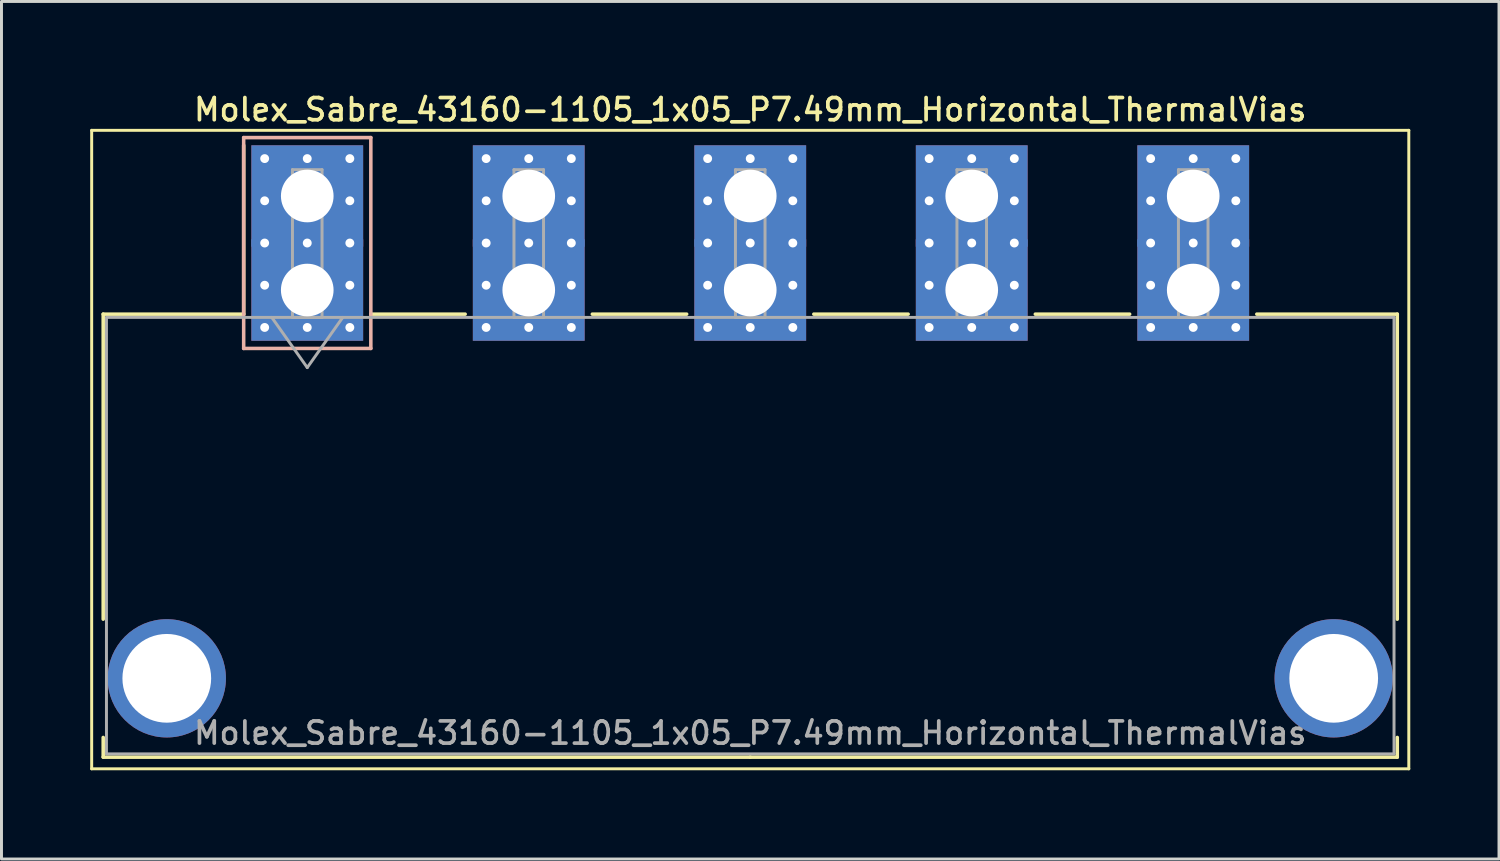
<source format=kicad_pcb>
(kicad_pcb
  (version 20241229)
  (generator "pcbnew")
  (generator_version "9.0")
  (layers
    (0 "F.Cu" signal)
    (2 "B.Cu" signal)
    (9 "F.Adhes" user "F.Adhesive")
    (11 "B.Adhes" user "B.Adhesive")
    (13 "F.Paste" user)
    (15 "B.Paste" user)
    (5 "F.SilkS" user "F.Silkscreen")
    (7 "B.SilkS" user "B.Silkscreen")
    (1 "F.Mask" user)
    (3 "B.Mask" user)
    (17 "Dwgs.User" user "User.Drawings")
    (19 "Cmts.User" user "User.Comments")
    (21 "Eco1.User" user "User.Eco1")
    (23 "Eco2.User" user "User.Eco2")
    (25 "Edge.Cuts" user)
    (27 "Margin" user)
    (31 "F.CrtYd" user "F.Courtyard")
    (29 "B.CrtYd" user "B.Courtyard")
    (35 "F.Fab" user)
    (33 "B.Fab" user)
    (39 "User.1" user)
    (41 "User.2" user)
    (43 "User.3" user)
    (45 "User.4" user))
  (footprint "Molex_Sabre_43160-1105_1x05_P7.49mm_Horizontal_ThermalVias"
    (layer "F.Cu")
    (at 7.34 6.758)
    (property "Reference" "Molex_Sabre_43160-1105_1x05_P7.49mm_Horizontal_ThermalVias" (at 14.98 -6.1 0) (layer "F.SilkS") (effects (font (size 0.75 0.75) (thickness 0.125))))
    (attr through_hole)
    (fp_line (start -7.29 -5.4) (end -7.29 16.19) (stroke (width 0.1) (type solid)) (layer "F.SilkS"))
    (fp_line (start -7.29 16.19) (end 37.25 16.19) (stroke (width 0.1) (type solid)) (layer "F.SilkS"))
    (fp_line (start -6.9 0.815) (end -6.9 11.13) (stroke (width 0.12) (type solid)) (layer "F.SilkS"))
    (fp_line (start -6.9 15.13) (end -6.9 15.795) (stroke (width 0.12) (type solid)) (layer "F.SilkS"))
    (fp_line (start -6.9 15.795) (end 14.98 15.795) (stroke (width 0.12) (type solid)) (layer "F.SilkS"))
    (fp_line (start -2.15 0.815) (end -6.9 0.815) (stroke (width 0.12) (type solid)) (layer "F.SilkS"))
    (fp_line (start -2.15 0.815) (end -2.15 -4.895) (stroke (width 0.12) (type solid)) (layer "F.SilkS"))
    (fp_line (start 2.15 0.815) (end 5.34 0.815) (stroke (width 0.12) (type solid)) (layer "F.SilkS"))
    (fp_line (start 9.64 0.815) (end 12.83 0.815) (stroke (width 0.12) (type solid)) (layer "F.SilkS"))
    (fp_line (start 17.13 0.815) (end 20.32 0.815) (stroke (width 0.12) (type solid)) (layer "F.SilkS"))
    (fp_line (start 24.62 0.815) (end 27.81 0.815) (stroke (width 0.12) (type solid)) (layer "F.SilkS"))
    (fp_line (start 32.11 0.815) (end 36.86 0.815) (stroke (width 0.12) (type solid)) (layer "F.SilkS"))
    (fp_line (start 36.86 0.815) (end 36.86 11.13) (stroke (width 0.12) (type solid)) (layer "F.SilkS"))
    (fp_line (start 36.86 15.13) (end 36.86 15.795) (stroke (width 0.12) (type solid)) (layer "F.SilkS"))
    (fp_line (start 36.86 15.795) (end 14.98 15.795) (stroke (width 0.12) (type solid)) (layer "F.SilkS"))
    (fp_line (start 37.25 -5.4) (end -7.29 -5.4) (stroke (width 0.1) (type solid)) (layer "F.SilkS"))
    (fp_line (start 37.25 16.19) (end 37.25 -5.4) (stroke (width 0.1) (type solid)) (layer "F.SilkS"))
    (fp_line (start -2.15 -5.155) (end -2.15 1.975) (stroke (width 0.12) (type solid)) (layer "B.SilkS"))
    (fp_line (start -2.15 1.975) (end 2.15 1.975) (stroke (width 0.12) (type solid)) (layer "B.SilkS"))
    (fp_line (start 2.15 -5.155) (end -2.15 -5.155) (stroke (width 0.12) (type solid)) (layer "B.SilkS"))
    (fp_line (start 2.15 1.975) (end 2.15 -5.155) (stroke (width 0.12) (type solid)) (layer "B.SilkS"))
    (fp_line (start -6.79 0.925) (end -6.79 15.685) (stroke (width 0.1) (type solid)) (layer "F.Fab"))
    (fp_line (start -6.79 15.685) (end 36.75 15.685) (stroke (width 0.1) (type solid)) (layer "F.Fab"))
    (fp_line (start -1.2 0.925) (end 0 2.622) (stroke (width 0.1) (type solid)) (layer "F.Fab"))
    (fp_line (start -0.5 -4.07) (end 0.5 -4.07) (stroke (width 0.1) (type solid)) (layer "F.Fab"))
    (fp_line (start -0.5 0.925) (end -0.5 -4.07) (stroke (width 0.1) (type solid)) (layer "F.Fab"))
    (fp_line (start 0 2.622) (end 1.2 0.925) (stroke (width 0.1) (type solid)) (layer "F.Fab"))
    (fp_line (start 0.5 -4.07) (end 0.5 0.925) (stroke (width 0.1) (type solid)) (layer "F.Fab"))
    (fp_line (start 0.5 0.925) (end -0.5 0.925) (stroke (width 0.1) (type solid)) (layer "F.Fab"))
    (fp_line (start 6.99 -4.07) (end 7.99 -4.07) (stroke (width 0.1) (type solid)) (layer "F.Fab"))
    (fp_line (start 6.99 0.925) (end 6.99 -4.07) (stroke (width 0.1) (type solid)) (layer "F.Fab"))
    (fp_line (start 7.99 -4.07) (end 7.99 0.925) (stroke (width 0.1) (type solid)) (layer "F.Fab"))
    (fp_line (start 7.99 0.925) (end 6.99 0.925) (stroke (width 0.1) (type solid)) (layer "F.Fab"))
    (fp_line (start 14.48 -4.07) (end 15.48 -4.07) (stroke (width 0.1) (type solid)) (layer "F.Fab"))
    (fp_line (start 14.48 0.925) (end 14.48 -4.07) (stroke (width 0.1) (type solid)) (layer "F.Fab"))
    (fp_line (start 15.48 -4.07) (end 15.48 0.925) (stroke (width 0.1) (type solid)) (layer "F.Fab"))
    (fp_line (start 15.48 0.925) (end 14.48 0.925) (stroke (width 0.1) (type solid)) (layer "F.Fab"))
    (fp_line (start 21.97 -4.07) (end 22.97 -4.07) (stroke (width 0.1) (type solid)) (layer "F.Fab"))
    (fp_line (start 21.97 0.925) (end 21.97 -4.07) (stroke (width 0.1) (type solid)) (layer "F.Fab"))
    (fp_line (start 22.97 -4.07) (end 22.97 0.925) (stroke (width 0.1) (type solid)) (layer "F.Fab"))
    (fp_line (start 22.97 0.925) (end 21.97 0.925) (stroke (width 0.1) (type solid)) (layer "F.Fab"))
    (fp_line (start 29.46 -4.07) (end 30.46 -4.07) (stroke (width 0.1) (type solid)) (layer "F.Fab"))
    (fp_line (start 29.46 0.925) (end 29.46 -4.07) (stroke (width 0.1) (type solid)) (layer "F.Fab"))
    (fp_line (start 30.46 -4.07) (end 30.46 0.925) (stroke (width 0.1) (type solid)) (layer "F.Fab"))
    (fp_line (start 30.46 0.925) (end 29.46 0.925) (stroke (width 0.1) (type solid)) (layer "F.Fab"))
    (fp_line (start 36.75 0.925) (end -6.79 0.925) (stroke (width 0.1) (type solid)) (layer "F.Fab"))
    (fp_line (start 36.75 15.685) (end 36.75 0.925) (stroke (width 0.1) (type solid)) (layer "F.Fab"))
    (fp_text user "${REFERENCE}" (at 14.98 14.98 0) (layer "F.Fab") (effects (font (size 0.75 0.75) (thickness 0.125))))
    (pad "" thru_hole circle (at -4.75 13.13) (size 4 4) (drill 3) (layers "*.Cu" "*.Mask"))
    (pad "" thru_hole circle (at 34.71 13.13) (size 4 4) (drill 3) (layers "*.Cu" "*.Mask"))
    (pad "1" thru_hole rect (at -1.44 -4.445) (size 0.6 0.6) (drill 0.3) (layers "*.Cu" "*.Mask"))
    (pad "1" thru_hole rect (at -1.44 -3.018) (size 0.6 0.6) (drill 0.3) (layers "*.Cu" "*.Mask"))
    (pad "1" thru_hole rect (at -1.44 -1.59) (size 0.6 0.6) (drill 0.3) (layers "*.Cu" "*.Mask"))
    (pad "1" thru_hole rect (at -1.44 -0.163) (size 0.6 0.6) (drill 0.3) (layers "*.Cu" "*.Mask"))
    (pad "1" thru_hole rect (at -1.44 1.265) (size 0.6 0.6) (drill 0.3) (layers "*.Cu" "*.Mask"))
    (pad "1" thru_hole rect (at 0 -4.445) (size 0.6 0.6) (drill 0.3) (layers "*.Cu" "*.Mask"))
    (pad "1" thru_hole rect (at 0 -3.18) (size 3.78 3.43) (drill 1.78) (layers "*.Cu" "*.Mask"))
    (pad "1" thru_hole rect (at 0 -1.59) (size 0.6 0.6) (drill 0.3) (layers "*.Cu" "*.Mask"))
    (pad "1" thru_hole rect (at 0 0) (size 3.78 3.43) (drill 1.78) (layers "*.Cu" "*.Mask"))
    (pad "1" thru_hole rect (at 0 1.265) (size 0.6 0.6) (drill 0.3) (layers "*.Cu" "*.Mask"))
    (pad "1" thru_hole rect (at 1.44 -4.445) (size 0.6 0.6) (drill 0.3) (layers "*.Cu" "*.Mask"))
    (pad "1" thru_hole rect (at 1.44 -3.018) (size 0.6 0.6) (drill 0.3) (layers "*.Cu" "*.Mask"))
    (pad "1" thru_hole rect (at 1.44 -1.59) (size 0.6 0.6) (drill 0.3) (layers "*.Cu" "*.Mask"))
    (pad "1" thru_hole rect (at 1.44 -0.163) (size 0.6 0.6) (drill 0.3) (layers "*.Cu" "*.Mask"))
    (pad "1" thru_hole rect (at 1.44 1.265) (size 0.6 0.6) (drill 0.3) (layers "*.Cu" "*.Mask"))
    (pad "2" thru_hole circle (at 6.05 -4.445) (size 0.6 0.6) (drill 0.3) (layers "*.Cu" "*.Mask"))
    (pad "2" thru_hole circle (at 6.05 -3.018) (size 0.6 0.6) (drill 0.3) (layers "*.Cu" "*.Mask"))
    (pad "2" thru_hole circle (at 6.05 -1.59) (size 0.6 0.6) (drill 0.3) (layers "*.Cu" "*.Mask"))
    (pad "2" thru_hole circle (at 6.05 -0.163) (size 0.6 0.6) (drill 0.3) (layers "*.Cu" "*.Mask"))
    (pad "2" thru_hole circle (at 6.05 1.265) (size 0.6 0.6) (drill 0.3) (layers "*.Cu" "*.Mask"))
    (pad "2" thru_hole circle (at 7.49 -4.445) (size 0.6 0.6) (drill 0.3) (layers "*.Cu" "*.Mask"))
    (pad "2" thru_hole rect (at 7.49 -3.18) (size 3.78 3.43) (drill 1.78) (layers "*.Cu" "*.Mask"))
    (pad "2" thru_hole circle (at 7.49 -1.59) (size 0.6 0.6) (drill 0.3) (layers "*.Cu" "*.Mask"))
    (pad "2" thru_hole rect (at 7.49 0) (size 3.78 3.43) (drill 1.78) (layers "*.Cu" "*.Mask"))
    (pad "2" thru_hole circle (at 7.49 1.265) (size 0.6 0.6) (drill 0.3) (layers "*.Cu" "*.Mask"))
    (pad "2" thru_hole circle (at 8.93 -4.445) (size 0.6 0.6) (drill 0.3) (layers "*.Cu" "*.Mask"))
    (pad "2" thru_hole circle (at 8.93 -3.018) (size 0.6 0.6) (drill 0.3) (layers "*.Cu" "*.Mask"))
    (pad "2" thru_hole circle (at 8.93 -1.59) (size 0.6 0.6) (drill 0.3) (layers "*.Cu" "*.Mask"))
    (pad "2" thru_hole circle (at 8.93 -0.163) (size 0.6 0.6) (drill 0.3) (layers "*.Cu" "*.Mask"))
    (pad "2" thru_hole circle (at 8.93 1.265) (size 0.6 0.6) (drill 0.3) (layers "*.Cu" "*.Mask"))
    (pad "3" thru_hole circle (at 13.54 -4.445) (size 0.6 0.6) (drill 0.3) (layers "*.Cu" "*.Mask"))
    (pad "3" thru_hole circle (at 13.54 -3.018) (size 0.6 0.6) (drill 0.3) (layers "*.Cu" "*.Mask"))
    (pad "3" thru_hole circle (at 13.54 -1.59) (size 0.6 0.6) (drill 0.3) (layers "*.Cu" "*.Mask"))
    (pad "3" thru_hole circle (at 13.54 -0.163) (size 0.6 0.6) (drill 0.3) (layers "*.Cu" "*.Mask"))
    (pad "3" thru_hole circle (at 13.54 1.265) (size 0.6 0.6) (drill 0.3) (layers "*.Cu" "*.Mask"))
    (pad "3" thru_hole circle (at 14.98 -4.445) (size 0.6 0.6) (drill 0.3) (layers "*.Cu" "*.Mask"))
    (pad "3" thru_hole rect (at 14.98 -3.18) (size 3.78 3.43) (drill 1.78) (layers "*.Cu" "*.Mask"))
    (pad "3" thru_hole circle (at 14.98 -1.59) (size 0.6 0.6) (drill 0.3) (layers "*.Cu" "*.Mask"))
    (pad "3" thru_hole rect (at 14.98 0) (size 3.78 3.43) (drill 1.78) (layers "*.Cu" "*.Mask"))
    (pad "3" thru_hole circle (at 14.98 1.265) (size 0.6 0.6) (drill 0.3) (layers "*.Cu" "*.Mask"))
    (pad "3" thru_hole circle (at 16.42 -4.445) (size 0.6 0.6) (drill 0.3) (layers "*.Cu" "*.Mask"))
    (pad "3" thru_hole circle (at 16.42 -3.018) (size 0.6 0.6) (drill 0.3) (layers "*.Cu" "*.Mask"))
    (pad "3" thru_hole circle (at 16.42 -1.59) (size 0.6 0.6) (drill 0.3) (layers "*.Cu" "*.Mask"))
    (pad "3" thru_hole circle (at 16.42 -0.163) (size 0.6 0.6) (drill 0.3) (layers "*.Cu" "*.Mask"))
    (pad "3" thru_hole circle (at 16.42 1.265) (size 0.6 0.6) (drill 0.3) (layers "*.Cu" "*.Mask"))
    (pad "4" thru_hole circle (at 21.03 -4.445) (size 0.6 0.6) (drill 0.3) (layers "*.Cu" "*.Mask"))
    (pad "4" thru_hole circle (at 21.03 -3.018) (size 0.6 0.6) (drill 0.3) (layers "*.Cu" "*.Mask"))
    (pad "4" thru_hole circle (at 21.03 -1.59) (size 0.6 0.6) (drill 0.3) (layers "*.Cu" "*.Mask"))
    (pad "4" thru_hole circle (at 21.03 -0.163) (size 0.6 0.6) (drill 0.3) (layers "*.Cu" "*.Mask"))
    (pad "4" thru_hole circle (at 21.03 1.265) (size 0.6 0.6) (drill 0.3) (layers "*.Cu" "*.Mask"))
    (pad "4" thru_hole circle (at 22.47 -4.445) (size 0.6 0.6) (drill 0.3) (layers "*.Cu" "*.Mask"))
    (pad "4" thru_hole rect (at 22.47 -3.18) (size 3.78 3.43) (drill 1.78) (layers "*.Cu" "*.Mask"))
    (pad "4" thru_hole circle (at 22.47 -1.59) (size 0.6 0.6) (drill 0.3) (layers "*.Cu" "*.Mask"))
    (pad "4" thru_hole rect (at 22.47 0) (size 3.78 3.43) (drill 1.78) (layers "*.Cu" "*.Mask"))
    (pad "4" thru_hole circle (at 22.47 1.265) (size 0.6 0.6) (drill 0.3) (layers "*.Cu" "*.Mask"))
    (pad "4" thru_hole circle (at 23.91 -4.445) (size 0.6 0.6) (drill 0.3) (layers "*.Cu" "*.Mask"))
    (pad "4" thru_hole circle (at 23.91 -3.018) (size 0.6 0.6) (drill 0.3) (layers "*.Cu" "*.Mask"))
    (pad "4" thru_hole circle (at 23.91 -1.59) (size 0.6 0.6) (drill 0.3) (layers "*.Cu" "*.Mask"))
    (pad "4" thru_hole circle (at 23.91 -0.163) (size 0.6 0.6) (drill 0.3) (layers "*.Cu" "*.Mask"))
    (pad "4" thru_hole circle (at 23.91 1.265) (size 0.6 0.6) (drill 0.3) (layers "*.Cu" "*.Mask"))
    (pad "5" thru_hole circle (at 28.52 -4.445) (size 0.6 0.6) (drill 0.3) (layers "*.Cu" "*.Mask"))
    (pad "5" thru_hole circle (at 28.52 -3.018) (size 0.6 0.6) (drill 0.3) (layers "*.Cu" "*.Mask"))
    (pad "5" thru_hole circle (at 28.52 -1.59) (size 0.6 0.6) (drill 0.3) (layers "*.Cu" "*.Mask"))
    (pad "5" thru_hole circle (at 28.52 -0.163) (size 0.6 0.6) (drill 0.3) (layers "*.Cu" "*.Mask"))
    (pad "5" thru_hole circle (at 28.52 1.265) (size 0.6 0.6) (drill 0.3) (layers "*.Cu" "*.Mask"))
    (pad "5" thru_hole circle (at 29.96 -4.445) (size 0.6 0.6) (drill 0.3) (layers "*.Cu" "*.Mask"))
    (pad "5" thru_hole rect (at 29.96 -3.18) (size 3.78 3.43) (drill 1.78) (layers "*.Cu" "*.Mask"))
    (pad "5" thru_hole circle (at 29.96 -1.59) (size 0.6 0.6) (drill 0.3) (layers "*.Cu" "*.Mask"))
    (pad "5" thru_hole rect (at 29.96 0) (size 3.78 3.43) (drill 1.78) (layers "*.Cu" "*.Mask"))
    (pad "5" thru_hole circle (at 29.96 1.265) (size 0.6 0.6) (drill 0.3) (layers "*.Cu" "*.Mask"))
    (pad "5" thru_hole circle (at 31.4 -4.445) (size 0.6 0.6) (drill 0.3) (layers "*.Cu" "*.Mask"))
    (pad "5" thru_hole circle (at 31.4 -3.018) (size 0.6 0.6) (drill 0.3) (layers "*.Cu" "*.Mask"))
    (pad "5" thru_hole circle (at 31.4 -1.59) (size 0.6 0.6) (drill 0.3) (layers "*.Cu" "*.Mask"))
    (pad "5" thru_hole circle (at 31.4 -0.163) (size 0.6 0.6) (drill 0.3) (layers "*.Cu" "*.Mask"))
    (pad "5" thru_hole circle (at 31.4 1.265) (size 0.6 0.6) (drill 0.3) (layers "*.Cu" "*.Mask")))
  (gr_rect
    (start -3 -3)
    (end 47.64 25.998)
    (stroke (width 0.1) (type default))
    (fill no)
    (layer "Edge.Cuts")))
</source>
